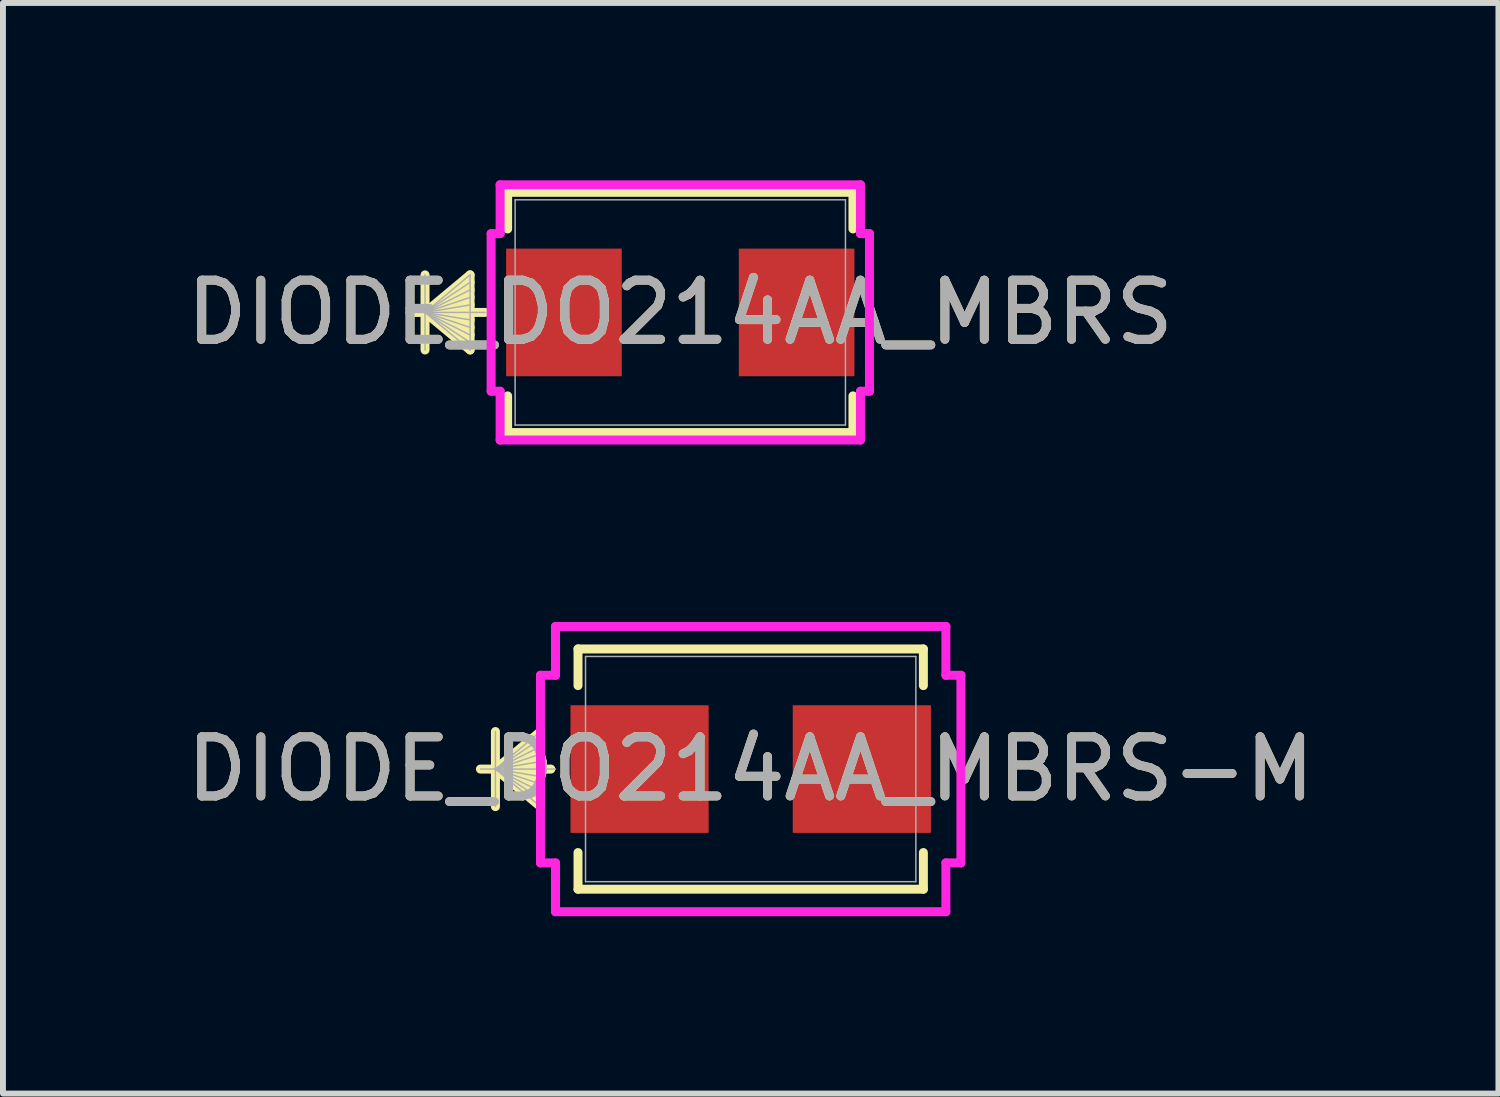
<source format=kicad_pcb>
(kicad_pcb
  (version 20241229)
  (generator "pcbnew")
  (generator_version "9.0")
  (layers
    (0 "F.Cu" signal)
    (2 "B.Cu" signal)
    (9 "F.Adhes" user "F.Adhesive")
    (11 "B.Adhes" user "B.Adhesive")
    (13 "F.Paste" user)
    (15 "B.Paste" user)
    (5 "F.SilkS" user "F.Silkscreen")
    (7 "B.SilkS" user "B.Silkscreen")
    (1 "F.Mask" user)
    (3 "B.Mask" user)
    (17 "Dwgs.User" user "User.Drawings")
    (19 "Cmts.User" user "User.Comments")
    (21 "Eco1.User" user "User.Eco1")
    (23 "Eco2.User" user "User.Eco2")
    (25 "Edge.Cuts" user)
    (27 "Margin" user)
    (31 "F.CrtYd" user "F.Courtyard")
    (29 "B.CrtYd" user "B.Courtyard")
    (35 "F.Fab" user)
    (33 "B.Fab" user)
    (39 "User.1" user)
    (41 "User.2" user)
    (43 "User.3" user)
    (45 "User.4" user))
  (footprint "DIODE_DO214AA_MBRS-M"
    (layer "F.Cu")
    (at 9.649 9.96)
    (property "Reference" "DIODE_DO214AA_MBRS-M" (at 0 0 0) (unlocked yes) (layer "F.SilkS") (effects (font (size 1 1) (thickness 0.15))))
    (attr smd)
    (fp_line (start -4.318 -0.635) (end -4.318 0.635) (stroke (width 0.152) (type solid)) (layer "F.SilkS"))
    (fp_line (start -4.318 0) (end -3.556 -0.635) (stroke (width 0.152) (type solid)) (layer "F.SilkS"))
    (fp_line (start -4.318 0) (end -3.556 -0.508) (stroke (width 0.152) (type solid)) (layer "F.SilkS"))
    (fp_line (start -4.318 0) (end -3.556 -0.381) (stroke (width 0.152) (type solid)) (layer "F.SilkS"))
    (fp_line (start -4.318 0) (end -3.556 -0.254) (stroke (width 0.152) (type solid)) (layer "F.SilkS"))
    (fp_line (start -4.318 0) (end -3.556 -0.127) (stroke (width 0.152) (type solid)) (layer "F.SilkS"))
    (fp_line (start -4.318 0) (end -3.556 0.127) (stroke (width 0.152) (type solid)) (layer "F.SilkS"))
    (fp_line (start -4.318 0) (end -3.556 0.254) (stroke (width 0.152) (type solid)) (layer "F.SilkS"))
    (fp_line (start -4.318 0) (end -3.556 0.381) (stroke (width 0.152) (type solid)) (layer "F.SilkS"))
    (fp_line (start -4.318 0) (end -3.556 0.508) (stroke (width 0.152) (type solid)) (layer "F.SilkS"))
    (fp_line (start -4.318 0) (end -3.556 0.635) (stroke (width 0.152) (type solid)) (layer "F.SilkS"))
    (fp_line (start -3.556 -0.635) (end -3.556 0.635) (stroke (width 0.152) (type solid)) (layer "F.SilkS"))
    (fp_line (start -3.381 0) (end -4.572 0) (stroke (width 0.152) (type solid)) (layer "F.SilkS"))
    (fp_line (start -2.921 -2.032) (end -2.921 -1.412) (stroke (width 0.152) (type solid)) (layer "F.SilkS"))
    (fp_line (start -2.921 1.412) (end -2.921 2.032) (stroke (width 0.152) (type solid)) (layer "F.SilkS"))
    (fp_line (start -2.921 2.032) (end 2.921 2.032) (stroke (width 0.152) (type solid)) (layer "F.SilkS"))
    (fp_line (start 2.921 -2.032) (end -2.921 -2.032) (stroke (width 0.152) (type solid)) (layer "F.SilkS"))
    (fp_line (start 2.921 -1.412) (end 2.921 -2.032) (stroke (width 0.152) (type solid)) (layer "F.SilkS"))
    (fp_line (start 2.921 2.032) (end 2.921 1.412) (stroke (width 0.152) (type solid)) (layer "F.SilkS"))
    (fp_line (start -3.556 -1.587) (end -3.302 -1.587) (stroke (width 0.152) (type solid)) (layer "F.CrtYd"))
    (fp_line (start -3.556 1.587) (end -3.556 -1.587) (stroke (width 0.152) (type solid)) (layer "F.CrtYd"))
    (fp_line (start -3.302 -2.413) (end 3.302 -2.413) (stroke (width 0.152) (type solid)) (layer "F.CrtYd"))
    (fp_line (start -3.302 -1.587) (end -3.302 -2.413) (stroke (width 0.152) (type solid)) (layer "F.CrtYd"))
    (fp_line (start -3.302 1.587) (end -3.556 1.587) (stroke (width 0.152) (type solid)) (layer "F.CrtYd"))
    (fp_line (start -3.302 2.413) (end -3.302 1.587) (stroke (width 0.152) (type solid)) (layer "F.CrtYd"))
    (fp_line (start 3.302 -2.413) (end 3.302 -1.587) (stroke (width 0.152) (type solid)) (layer "F.CrtYd"))
    (fp_line (start 3.302 -1.587) (end 3.556 -1.587) (stroke (width 0.152) (type solid)) (layer "F.CrtYd"))
    (fp_line (start 3.302 1.587) (end 3.302 2.413) (stroke (width 0.152) (type solid)) (layer "F.CrtYd"))
    (fp_line (start 3.302 2.413) (end -3.302 2.413) (stroke (width 0.152) (type solid)) (layer "F.CrtYd"))
    (fp_line (start 3.556 -1.587) (end 3.556 1.587) (stroke (width 0.152) (type solid)) (layer "F.CrtYd"))
    (fp_line (start 3.556 1.587) (end 3.302 1.587) (stroke (width 0.152) (type solid)) (layer "F.CrtYd"))
    (fp_line (start -4.318 -0.635) (end -4.318 0.635) (stroke (width 0.025) (type solid)) (layer "F.Fab"))
    (fp_line (start -4.318 0) (end -3.556 -0.635) (stroke (width 0.025) (type solid)) (layer "F.Fab"))
    (fp_line (start -4.318 0) (end -3.556 -0.508) (stroke (width 0.025) (type solid)) (layer "F.Fab"))
    (fp_line (start -4.318 0) (end -3.556 -0.381) (stroke (width 0.025) (type solid)) (layer "F.Fab"))
    (fp_line (start -4.318 0) (end -3.556 -0.254) (stroke (width 0.025) (type solid)) (layer "F.Fab"))
    (fp_line (start -4.318 0) (end -3.556 -0.127) (stroke (width 0.025) (type solid)) (layer "F.Fab"))
    (fp_line (start -4.318 0) (end -3.556 0.127) (stroke (width 0.025) (type solid)) (layer "F.Fab"))
    (fp_line (start -4.318 0) (end -3.556 0.254) (stroke (width 0.025) (type solid)) (layer "F.Fab"))
    (fp_line (start -4.318 0) (end -3.556 0.381) (stroke (width 0.025) (type solid)) (layer "F.Fab"))
    (fp_line (start -4.318 0) (end -3.556 0.508) (stroke (width 0.025) (type solid)) (layer "F.Fab"))
    (fp_line (start -4.318 0) (end -3.556 0.635) (stroke (width 0.025) (type solid)) (layer "F.Fab"))
    (fp_line (start -3.556 -0.635) (end -3.556 0.635) (stroke (width 0.025) (type solid)) (layer "F.Fab"))
    (fp_line (start -3.302 0) (end -4.572 0) (stroke (width 0.025) (type solid)) (layer "F.Fab"))
    (fp_line (start -2.794 -1.905) (end -2.794 1.905) (stroke (width 0.025) (type solid)) (layer "F.Fab"))
    (fp_line (start -2.794 1.905) (end 2.794 1.905) (stroke (width 0.025) (type solid)) (layer "F.Fab"))
    (fp_line (start 2.794 -1.905) (end -2.794 -1.905) (stroke (width 0.025) (type solid)) (layer "F.Fab"))
    (fp_line (start 2.794 1.905) (end 2.794 -1.905) (stroke (width 0.025) (type solid)) (layer "F.Fab"))
    (fp_text user "${REFERENCE}" (at 0 0 0) (unlocked yes) (layer "F.Fab") (effects (font (size 1 1) (thickness 0.15))))
    (pad "1" smd rect (at -1.88 0 90) (size 2.159 2.337) (layers "F.Cu" "F.Mask" "F.Paste"))
    (pad "2" smd rect (at 1.88 0 90) (size 2.159 2.337) (layers "F.Cu" "F.Mask" "F.Paste"))
    (zone (net_name "") (layer "F.Cu") (hatch full 0.508) (connect_pads) (min_thickness 0.254) (filled_areas_thickness no) (keepout (tracks not_allowed) (vias not_allowed) (pads allowed) (copperpour not_allowed) (footprints allowed)) (placement (enabled no)) (fill) (polygon (pts (xy 6.906 8.105) (xy 12.392 8.105) (xy 12.392 8.829) (xy 6.906 8.829))))
    (zone (net_name "") (layer "F.Cu") (hatch full 0.508) (connect_pads) (min_thickness 0.254) (filled_areas_thickness no) (keepout (tracks not_allowed) (vias not_allowed) (pads allowed) (copperpour not_allowed) (footprints allowed)) (placement (enabled no)) (fill) (polygon (pts (xy 6.906 11.09) (xy 12.392 11.09) (xy 12.392 11.814) (xy 6.906 11.814))))
    (zone (net_name "") (layer "F.Cu") (hatch full 0.508) (connect_pads) (min_thickness 0.254) (filled_areas_thickness no) (keepout (tracks not_allowed) (vias not_allowed) (pads allowed) (copperpour not_allowed) (footprints allowed)) (placement (enabled no)) (fill) (polygon (pts (xy 8.988 8.829) (xy 10.309 8.829) (xy 10.309 11.09) (xy 8.988 11.09)))))
  (footprint "DIODE_DO214AA_MBRS"
    (layer "F.Cu")
    (at 8.458 2.235)
    (property "Reference" "DIODE_DO214AA_MBRS" (at 0 0 0) (unlocked yes) (layer "F.SilkS") (effects (font (size 1 1) (thickness 0.15))))
    (attr smd)
    (fp_line (start -4.318 -0.635) (end -4.318 0.635) (stroke (width 0.152) (type solid)) (layer "F.SilkS"))
    (fp_line (start -4.318 0) (end -3.556 -0.635) (stroke (width 0.152) (type solid)) (layer "F.SilkS"))
    (fp_line (start -4.318 0) (end -3.556 -0.508) (stroke (width 0.152) (type solid)) (layer "F.SilkS"))
    (fp_line (start -4.318 0) (end -3.556 -0.381) (stroke (width 0.152) (type solid)) (layer "F.SilkS"))
    (fp_line (start -4.318 0) (end -3.556 -0.254) (stroke (width 0.152) (type solid)) (layer "F.SilkS"))
    (fp_line (start -4.318 0) (end -3.556 -0.127) (stroke (width 0.152) (type solid)) (layer "F.SilkS"))
    (fp_line (start -4.318 0) (end -3.556 0.127) (stroke (width 0.152) (type solid)) (layer "F.SilkS"))
    (fp_line (start -4.318 0) (end -3.556 0.254) (stroke (width 0.152) (type solid)) (layer "F.SilkS"))
    (fp_line (start -4.318 0) (end -3.556 0.381) (stroke (width 0.152) (type solid)) (layer "F.SilkS"))
    (fp_line (start -4.318 0) (end -3.556 0.508) (stroke (width 0.152) (type solid)) (layer "F.SilkS"))
    (fp_line (start -4.318 0) (end -3.556 0.635) (stroke (width 0.152) (type solid)) (layer "F.SilkS"))
    (fp_line (start -3.556 -0.635) (end -3.556 0.635) (stroke (width 0.152) (type solid)) (layer "F.SilkS"))
    (fp_line (start -3.302 0) (end -4.572 0) (stroke (width 0.152) (type solid)) (layer "F.SilkS"))
    (fp_line (start -2.921 -2.032) (end -2.921 -1.412) (stroke (width 0.152) (type solid)) (layer "F.SilkS"))
    (fp_line (start -2.921 1.412) (end -2.921 2.032) (stroke (width 0.152) (type solid)) (layer "F.SilkS"))
    (fp_line (start -2.921 2.032) (end 2.921 2.032) (stroke (width 0.152) (type solid)) (layer "F.SilkS"))
    (fp_line (start 2.921 -2.032) (end -2.921 -2.032) (stroke (width 0.152) (type solid)) (layer "F.SilkS"))
    (fp_line (start 2.921 -1.412) (end 2.921 -2.032) (stroke (width 0.152) (type solid)) (layer "F.SilkS"))
    (fp_line (start 2.921 2.032) (end 2.921 1.412) (stroke (width 0.152) (type solid)) (layer "F.SilkS"))
    (fp_line (start -3.2 -1.333) (end -3.048 -1.333) (stroke (width 0.152) (type solid)) (layer "F.CrtYd"))
    (fp_line (start -3.2 1.333) (end -3.2 -1.333) (stroke (width 0.152) (type solid)) (layer "F.CrtYd"))
    (fp_line (start -3.048 -2.159) (end 3.048 -2.159) (stroke (width 0.152) (type solid)) (layer "F.CrtYd"))
    (fp_line (start -3.048 -1.333) (end -3.048 -2.159) (stroke (width 0.152) (type solid)) (layer "F.CrtYd"))
    (fp_line (start -3.048 1.333) (end -3.2 1.333) (stroke (width 0.152) (type solid)) (layer "F.CrtYd"))
    (fp_line (start -3.048 2.159) (end -3.048 1.333) (stroke (width 0.152) (type solid)) (layer "F.CrtYd"))
    (fp_line (start 3.048 -2.159) (end 3.048 -1.333) (stroke (width 0.152) (type solid)) (layer "F.CrtYd"))
    (fp_line (start 3.048 -1.333) (end 3.2 -1.333) (stroke (width 0.152) (type solid)) (layer "F.CrtYd"))
    (fp_line (start 3.048 1.333) (end 3.048 2.159) (stroke (width 0.152) (type solid)) (layer "F.CrtYd"))
    (fp_line (start 3.048 2.159) (end -3.048 2.159) (stroke (width 0.152) (type solid)) (layer "F.CrtYd"))
    (fp_line (start 3.2 -1.333) (end 3.2 1.333) (stroke (width 0.152) (type solid)) (layer "F.CrtYd"))
    (fp_line (start 3.2 1.333) (end 3.048 1.333) (stroke (width 0.152) (type solid)) (layer "F.CrtYd"))
    (fp_line (start -4.318 -0.635) (end -4.318 0.635) (stroke (width 0.025) (type solid)) (layer "F.Fab"))
    (fp_line (start -4.318 0) (end -3.556 -0.635) (stroke (width 0.025) (type solid)) (layer "F.Fab"))
    (fp_line (start -4.318 0) (end -3.556 -0.508) (stroke (width 0.025) (type solid)) (layer "F.Fab"))
    (fp_line (start -4.318 0) (end -3.556 -0.381) (stroke (width 0.025) (type solid)) (layer "F.Fab"))
    (fp_line (start -4.318 0) (end -3.556 -0.254) (stroke (width 0.025) (type solid)) (layer "F.Fab"))
    (fp_line (start -4.318 0) (end -3.556 -0.127) (stroke (width 0.025) (type solid)) (layer "F.Fab"))
    (fp_line (start -4.318 0) (end -3.556 0.127) (stroke (width 0.025) (type solid)) (layer "F.Fab"))
    (fp_line (start -4.318 0) (end -3.556 0.254) (stroke (width 0.025) (type solid)) (layer "F.Fab"))
    (fp_line (start -4.318 0) (end -3.556 0.381) (stroke (width 0.025) (type solid)) (layer "F.Fab"))
    (fp_line (start -4.318 0) (end -3.556 0.508) (stroke (width 0.025) (type solid)) (layer "F.Fab"))
    (fp_line (start -4.318 0) (end -3.556 0.635) (stroke (width 0.025) (type solid)) (layer "F.Fab"))
    (fp_line (start -3.556 -0.635) (end -3.556 0.635) (stroke (width 0.025) (type solid)) (layer "F.Fab"))
    (fp_line (start -3.302 0) (end -4.572 0) (stroke (width 0.025) (type solid)) (layer "F.Fab"))
    (fp_line (start -2.794 -1.905) (end -2.794 1.905) (stroke (width 0.025) (type solid)) (layer "F.Fab"))
    (fp_line (start -2.794 1.905) (end 2.794 1.905) (stroke (width 0.025) (type solid)) (layer "F.Fab"))
    (fp_line (start 2.794 -1.905) (end -2.794 -1.905) (stroke (width 0.025) (type solid)) (layer "F.Fab"))
    (fp_line (start 2.794 1.905) (end 2.794 -1.905) (stroke (width 0.025) (type solid)) (layer "F.Fab"))
    (fp_text user "${REFERENCE}" (at 0 0 0) (unlocked yes) (layer "F.Fab") (effects (font (size 1 1) (thickness 0.15))))
    (pad "1" smd rect (at -1.968 0 90) (size 2.159 1.956) (layers "F.Cu" "F.Mask" "F.Paste"))
    (pad "2" smd rect (at 1.968 0 90) (size 2.159 1.956) (layers "F.Cu" "F.Mask" "F.Paste"))
    (zone (net_name "") (layer "F.Cu") (hatch full 0.508) (connect_pads) (min_thickness 0.254) (filled_areas_thickness no) (keepout (tracks not_allowed) (vias not_allowed) (pads allowed) (copperpour not_allowed) (footprints allowed)) (placement (enabled no)) (fill) (polygon (pts (xy 5.715 0.381) (xy 11.202 0.381) (xy 11.202 1.105) (xy 5.715 1.105))))
    (zone (net_name "") (layer "F.Cu") (hatch full 0.508) (connect_pads) (min_thickness 0.254) (filled_areas_thickness no) (keepout (tracks not_allowed) (vias not_allowed) (pads allowed) (copperpour not_allowed) (footprints allowed)) (placement (enabled no)) (fill) (polygon (pts (xy 5.715 3.365) (xy 11.202 3.365) (xy 11.202 4.089) (xy 5.715 4.089))))
    (zone (net_name "") (layer "F.Cu") (hatch full 0.508) (connect_pads) (min_thickness 0.254) (filled_areas_thickness no) (keepout (tracks not_allowed) (vias not_allowed) (pads allowed) (copperpour not_allowed) (footprints allowed)) (placement (enabled no)) (fill) (polygon (pts (xy 7.519 1.105) (xy 9.398 1.105) (xy 9.398 3.365) (xy 7.519 3.365)))))
  (gr_rect
    (start -3 -3)
    (end 22.298 15.449)
    (stroke (width 0.1) (type default))
    (fill no)
    (layer "Edge.Cuts")))
</source>
